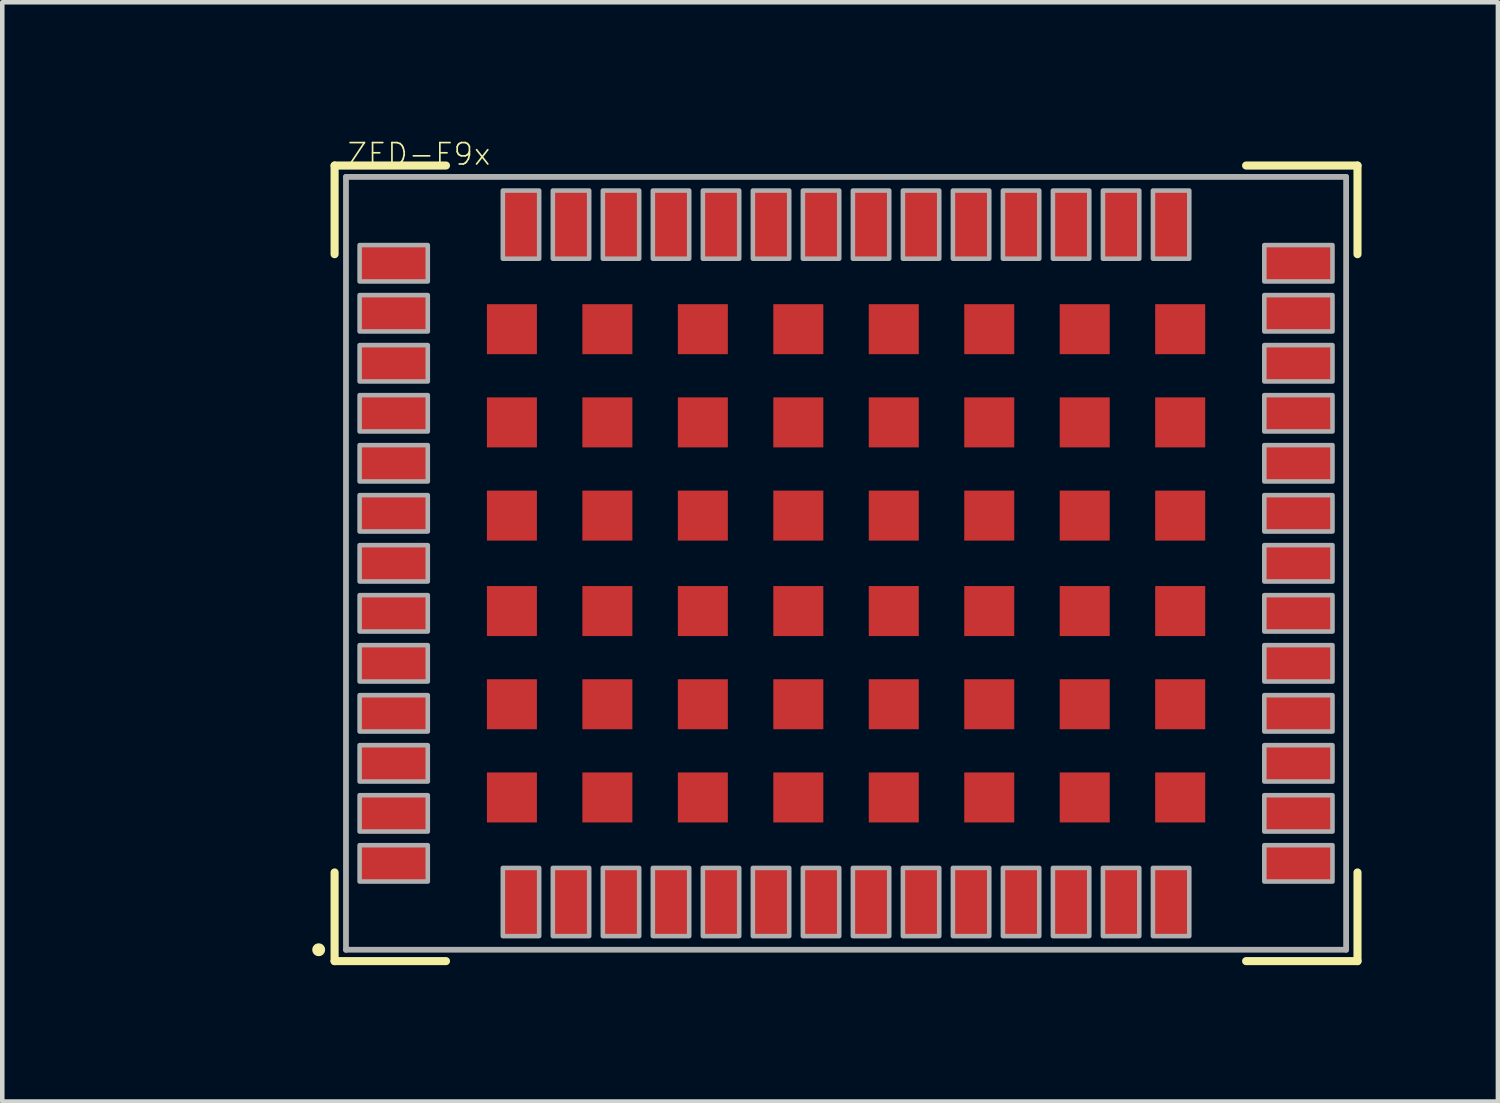
<source format=kicad_pcb>
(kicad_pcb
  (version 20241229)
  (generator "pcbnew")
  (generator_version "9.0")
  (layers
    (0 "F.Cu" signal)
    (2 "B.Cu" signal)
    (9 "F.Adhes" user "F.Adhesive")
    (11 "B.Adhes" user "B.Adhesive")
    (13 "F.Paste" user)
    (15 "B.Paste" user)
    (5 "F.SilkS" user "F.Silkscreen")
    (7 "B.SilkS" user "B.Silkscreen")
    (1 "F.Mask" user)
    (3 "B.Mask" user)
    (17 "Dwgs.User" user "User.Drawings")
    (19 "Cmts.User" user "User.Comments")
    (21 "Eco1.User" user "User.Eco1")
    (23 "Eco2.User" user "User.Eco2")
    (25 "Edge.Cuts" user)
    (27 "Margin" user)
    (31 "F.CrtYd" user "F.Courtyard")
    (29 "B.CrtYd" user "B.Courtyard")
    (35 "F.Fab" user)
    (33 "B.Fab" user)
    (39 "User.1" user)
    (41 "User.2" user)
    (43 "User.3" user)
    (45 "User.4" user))
  (footprint "ZED-F9x"
    (layer "F.Cu")
    (at 15.56 9.341)
    (property "Reference" "ZED-F9x" (at -11 -9 0) (layer "F.SilkS") (effects (font (size 0.471 0.471) (thickness 0.037)) (justify left)))
    (fp_line (start -11.25 -8.75) (end -8.8 -8.75) (stroke (width 0.178) (type solid)) (layer "F.SilkS"))
    (fp_line (start -11.25 -6.8) (end -11.25 -8.75) (stroke (width 0.178) (type solid)) (layer "F.SilkS"))
    (fp_line (start -11.25 8.75) (end -11.25 6.8) (stroke (width 0.178) (type solid)) (layer "F.SilkS"))
    (fp_line (start -8.8 8.75) (end -11.25 8.75) (stroke (width 0.178) (type solid)) (layer "F.SilkS"))
    (fp_line (start 8.8 -8.75) (end 11.25 -8.75) (stroke (width 0.178) (type solid)) (layer "F.SilkS"))
    (fp_line (start 11.25 -8.75) (end 11.25 -6.8) (stroke (width 0.178) (type solid)) (layer "F.SilkS"))
    (fp_line (start 11.25 6.8) (end 11.25 8.75) (stroke (width 0.178) (type solid)) (layer "F.SilkS"))
    (fp_line (start 11.25 8.75) (end 8.8 8.75) (stroke (width 0.178) (type solid)) (layer "F.SilkS"))
    (fp_circle (center -11.6 8.5) (end -11.529 8.5) (stroke (width 0.141) (type solid)) (fill yes) (layer "F.SilkS"))
    (fp_poly (pts (xy -7.8 -4.7) (xy -6.9 -4.7) (xy -6.9 -5.6) (xy -7.8 -5.6)) (stroke (width 0) (type solid)) (fill yes) (layer "F.Paste"))
    (fp_poly (pts (xy -7.8 -2.65) (xy -6.9 -2.65) (xy -6.9 -3.55) (xy -7.8 -3.55)) (stroke (width 0) (type solid)) (fill yes) (layer "F.Paste"))
    (fp_poly (pts (xy -7.8 -0.6) (xy -6.9 -0.6) (xy -6.9 -1.5) (xy -7.8 -1.5)) (stroke (width 0) (type solid)) (fill yes) (layer "F.Paste"))
    (fp_poly (pts (xy -7.8 1.5) (xy -6.9 1.5) (xy -6.9 0.6) (xy -7.8 0.6)) (stroke (width 0) (type solid)) (fill yes) (layer "F.Paste"))
    (fp_poly (pts (xy -7.8 3.55) (xy -6.9 3.55) (xy -6.9 2.65) (xy -7.8 2.65)) (stroke (width 0) (type solid)) (fill yes) (layer "F.Paste"))
    (fp_poly (pts (xy -7.8 5.6) (xy -6.9 5.6) (xy -6.9 4.7) (xy -7.8 4.7)) (stroke (width 0) (type solid)) (fill yes) (layer "F.Paste"))
    (fp_poly (pts (xy -5.7 -4.7) (xy -4.8 -4.7) (xy -4.8 -5.6) (xy -5.7 -5.6)) (stroke (width 0) (type solid)) (fill yes) (layer "F.Paste"))
    (fp_poly (pts (xy -5.7 -2.65) (xy -4.8 -2.65) (xy -4.8 -3.55) (xy -5.7 -3.55)) (stroke (width 0) (type solid)) (fill yes) (layer "F.Paste"))
    (fp_poly (pts (xy -5.7 -0.6) (xy -4.8 -0.6) (xy -4.8 -1.5) (xy -5.7 -1.5)) (stroke (width 0) (type solid)) (fill yes) (layer "F.Paste"))
    (fp_poly (pts (xy -5.7 1.5) (xy -4.8 1.5) (xy -4.8 0.6) (xy -5.7 0.6)) (stroke (width 0) (type solid)) (fill yes) (layer "F.Paste"))
    (fp_poly (pts (xy -5.7 3.55) (xy -4.8 3.55) (xy -4.8 2.65) (xy -5.7 2.65)) (stroke (width 0) (type solid)) (fill yes) (layer "F.Paste"))
    (fp_poly (pts (xy -5.7 5.6) (xy -4.8 5.6) (xy -4.8 4.7) (xy -5.7 4.7)) (stroke (width 0) (type solid)) (fill yes) (layer "F.Paste"))
    (fp_poly (pts (xy -3.6 -4.7) (xy -2.7 -4.7) (xy -2.7 -5.6) (xy -3.6 -5.6)) (stroke (width 0) (type solid)) (fill yes) (layer "F.Paste"))
    (fp_poly (pts (xy -3.6 -2.65) (xy -2.7 -2.65) (xy -2.7 -3.55) (xy -3.6 -3.55)) (stroke (width 0) (type solid)) (fill yes) (layer "F.Paste"))
    (fp_poly (pts (xy -3.6 -0.6) (xy -2.7 -0.6) (xy -2.7 -1.5) (xy -3.6 -1.5)) (stroke (width 0) (type solid)) (fill yes) (layer "F.Paste"))
    (fp_poly (pts (xy -3.6 1.5) (xy -2.7 1.5) (xy -2.7 0.6) (xy -3.6 0.6)) (stroke (width 0) (type solid)) (fill yes) (layer "F.Paste"))
    (fp_poly (pts (xy -3.6 3.55) (xy -2.7 3.55) (xy -2.7 2.65) (xy -3.6 2.65)) (stroke (width 0) (type solid)) (fill yes) (layer "F.Paste"))
    (fp_poly (pts (xy -3.6 5.6) (xy -2.7 5.6) (xy -2.7 4.7) (xy -3.6 4.7)) (stroke (width 0) (type solid)) (fill yes) (layer "F.Paste"))
    (fp_poly (pts (xy -1.5 -4.7) (xy -0.6 -4.7) (xy -0.6 -5.6) (xy -1.5 -5.6)) (stroke (width 0) (type solid)) (fill yes) (layer "F.Paste"))
    (fp_poly (pts (xy -1.5 -2.65) (xy -0.6 -2.65) (xy -0.6 -3.55) (xy -1.5 -3.55)) (stroke (width 0) (type solid)) (fill yes) (layer "F.Paste"))
    (fp_poly (pts (xy -1.5 -0.6) (xy -0.6 -0.6) (xy -0.6 -1.5) (xy -1.5 -1.5)) (stroke (width 0) (type solid)) (fill yes) (layer "F.Paste"))
    (fp_poly (pts (xy -1.5 1.5) (xy -0.6 1.5) (xy -0.6 0.6) (xy -1.5 0.6)) (stroke (width 0) (type solid)) (fill yes) (layer "F.Paste"))
    (fp_poly (pts (xy -1.5 3.55) (xy -0.6 3.55) (xy -0.6 2.65) (xy -1.5 2.65)) (stroke (width 0) (type solid)) (fill yes) (layer "F.Paste"))
    (fp_poly (pts (xy -1.5 5.6) (xy -0.6 5.6) (xy -0.6 4.7) (xy -1.5 4.7)) (stroke (width 0) (type solid)) (fill yes) (layer "F.Paste"))
    (fp_poly (pts (xy 0.6 -4.7) (xy 1.5 -4.7) (xy 1.5 -5.6) (xy 0.6 -5.6)) (stroke (width 0) (type solid)) (fill yes) (layer "F.Paste"))
    (fp_poly (pts (xy 0.6 -2.65) (xy 1.5 -2.65) (xy 1.5 -3.55) (xy 0.6 -3.55)) (stroke (width 0) (type solid)) (fill yes) (layer "F.Paste"))
    (fp_poly (pts (xy 0.6 -0.6) (xy 1.5 -0.6) (xy 1.5 -1.5) (xy 0.6 -1.5)) (stroke (width 0) (type solid)) (fill yes) (layer "F.Paste"))
    (fp_poly (pts (xy 0.6 1.5) (xy 1.5 1.5) (xy 1.5 0.6) (xy 0.6 0.6)) (stroke (width 0) (type solid)) (fill yes) (layer "F.Paste"))
    (fp_poly (pts (xy 0.6 3.55) (xy 1.5 3.55) (xy 1.5 2.65) (xy 0.6 2.65)) (stroke (width 0) (type solid)) (fill yes) (layer "F.Paste"))
    (fp_poly (pts (xy 0.6 5.6) (xy 1.5 5.6) (xy 1.5 4.7) (xy 0.6 4.7)) (stroke (width 0) (type solid)) (fill yes) (layer "F.Paste"))
    (fp_poly (pts (xy 2.7 -4.7) (xy 3.6 -4.7) (xy 3.6 -5.6) (xy 2.7 -5.6)) (stroke (width 0) (type solid)) (fill yes) (layer "F.Paste"))
    (fp_poly (pts (xy 2.7 -2.65) (xy 3.6 -2.65) (xy 3.6 -3.55) (xy 2.7 -3.55)) (stroke (width 0) (type solid)) (fill yes) (layer "F.Paste"))
    (fp_poly (pts (xy 2.7 -0.6) (xy 3.6 -0.6) (xy 3.6 -1.5) (xy 2.7 -1.5)) (stroke (width 0) (type solid)) (fill yes) (layer "F.Paste"))
    (fp_poly (pts (xy 2.7 1.5) (xy 3.6 1.5) (xy 3.6 0.6) (xy 2.7 0.6)) (stroke (width 0) (type solid)) (fill yes) (layer "F.Paste"))
    (fp_poly (pts (xy 2.7 3.55) (xy 3.6 3.55) (xy 3.6 2.65) (xy 2.7 2.65)) (stroke (width 0) (type solid)) (fill yes) (layer "F.Paste"))
    (fp_poly (pts (xy 2.7 5.6) (xy 3.6 5.6) (xy 3.6 4.7) (xy 2.7 4.7)) (stroke (width 0) (type solid)) (fill yes) (layer "F.Paste"))
    (fp_poly (pts (xy 4.8 -4.7) (xy 5.7 -4.7) (xy 5.7 -5.6) (xy 4.8 -5.6)) (stroke (width 0) (type solid)) (fill yes) (layer "F.Paste"))
    (fp_poly (pts (xy 4.8 -2.65) (xy 5.7 -2.65) (xy 5.7 -3.55) (xy 4.8 -3.55)) (stroke (width 0) (type solid)) (fill yes) (layer "F.Paste"))
    (fp_poly (pts (xy 4.8 -0.6) (xy 5.7 -0.6) (xy 5.7 -1.5) (xy 4.8 -1.5)) (stroke (width 0) (type solid)) (fill yes) (layer "F.Paste"))
    (fp_poly (pts (xy 4.8 1.5) (xy 5.7 1.5) (xy 5.7 0.6) (xy 4.8 0.6)) (stroke (width 0) (type solid)) (fill yes) (layer "F.Paste"))
    (fp_poly (pts (xy 4.8 3.55) (xy 5.7 3.55) (xy 5.7 2.65) (xy 4.8 2.65)) (stroke (width 0) (type solid)) (fill yes) (layer "F.Paste"))
    (fp_poly (pts (xy 4.8 5.6) (xy 5.7 5.6) (xy 5.7 4.7) (xy 4.8 4.7)) (stroke (width 0) (type solid)) (fill yes) (layer "F.Paste"))
    (fp_poly (pts (xy 6.9 -4.7) (xy 7.8 -4.7) (xy 7.8 -5.6) (xy 6.9 -5.6)) (stroke (width 0) (type solid)) (fill yes) (layer "F.Paste"))
    (fp_poly (pts (xy 6.9 -2.65) (xy 7.8 -2.65) (xy 7.8 -3.55) (xy 6.9 -3.55)) (stroke (width 0) (type solid)) (fill yes) (layer "F.Paste"))
    (fp_poly (pts (xy 6.9 -0.6) (xy 7.8 -0.6) (xy 7.8 -1.5) (xy 6.9 -1.5)) (stroke (width 0) (type solid)) (fill yes) (layer "F.Paste"))
    (fp_poly (pts (xy 6.9 1.5) (xy 7.8 1.5) (xy 7.8 0.6) (xy 6.9 0.6)) (stroke (width 0) (type solid)) (fill yes) (layer "F.Paste"))
    (fp_poly (pts (xy 6.9 3.55) (xy 7.8 3.55) (xy 7.8 2.65) (xy 6.9 2.65)) (stroke (width 0) (type solid)) (fill yes) (layer "F.Paste"))
    (fp_poly (pts (xy 6.9 5.6) (xy 7.8 5.6) (xy 7.8 4.7) (xy 6.9 4.7)) (stroke (width 0) (type solid)) (fill yes) (layer "F.Paste"))
    (fp_line (start -11 -8.5) (end 11 -8.5) (stroke (width 0.127) (type solid)) (layer "F.Fab"))
    (fp_line (start -11 8.5) (end -11 -8.5) (stroke (width 0.127) (type solid)) (layer "F.Fab"))
    (fp_line (start 11 -8.5) (end 11 8.5) (stroke (width 0.127) (type solid)) (layer "F.Fab"))
    (fp_line (start 11 8.5) (end -11 8.5) (stroke (width 0.127) (type solid)) (layer "F.Fab"))
    (fp_poly (pts (xy -10.7 -6.2) (xy -9.2 -6.2) (xy -9.2 -7) (xy -10.7 -7)) (stroke (width 0.1) (type solid)) (fill no) (layer "F.Fab"))
    (fp_poly (pts (xy -10.7 -5.1) (xy -9.2 -5.1) (xy -9.2 -5.9) (xy -10.7 -5.9)) (stroke (width 0.1) (type solid)) (fill no) (layer "F.Fab"))
    (fp_poly (pts (xy -10.7 -4) (xy -9.2 -4) (xy -9.2 -4.8) (xy -10.7 -4.8)) (stroke (width 0.1) (type solid)) (fill no) (layer "F.Fab"))
    (fp_poly (pts (xy -10.7 -2.9) (xy -9.2 -2.9) (xy -9.2 -3.7) (xy -10.7 -3.7)) (stroke (width 0.1) (type solid)) (fill no) (layer "F.Fab"))
    (fp_poly (pts (xy -10.7 -1.8) (xy -9.2 -1.8) (xy -9.2 -2.6) (xy -10.7 -2.6)) (stroke (width 0.1) (type solid)) (fill no) (layer "F.Fab"))
    (fp_poly (pts (xy -10.7 -0.7) (xy -9.2 -0.7) (xy -9.2 -1.5) (xy -10.7 -1.5)) (stroke (width 0.1) (type solid)) (fill no) (layer "F.Fab"))
    (fp_poly (pts (xy -10.7 0.4) (xy -9.2 0.4) (xy -9.2 -0.4) (xy -10.7 -0.4)) (stroke (width 0.1) (type solid)) (fill no) (layer "F.Fab"))
    (fp_poly (pts (xy -10.7 1.5) (xy -9.2 1.5) (xy -9.2 0.7) (xy -10.7 0.7)) (stroke (width 0.1) (type solid)) (fill no) (layer "F.Fab"))
    (fp_poly (pts (xy -10.7 2.6) (xy -9.2 2.6) (xy -9.2 1.8) (xy -10.7 1.8)) (stroke (width 0.1) (type solid)) (fill no) (layer "F.Fab"))
    (fp_poly (pts (xy -10.7 3.7) (xy -9.2 3.7) (xy -9.2 2.9) (xy -10.7 2.9)) (stroke (width 0.1) (type solid)) (fill no) (layer "F.Fab"))
    (fp_poly (pts (xy -10.7 4.8) (xy -9.2 4.8) (xy -9.2 4) (xy -10.7 4)) (stroke (width 0.1) (type solid)) (fill no) (layer "F.Fab"))
    (fp_poly (pts (xy -10.7 5.9) (xy -9.2 5.9) (xy -9.2 5.1) (xy -10.7 5.1)) (stroke (width 0.1) (type solid)) (fill no) (layer "F.Fab"))
    (fp_poly (pts (xy -10.7 7) (xy -9.2 7) (xy -9.2 6.2) (xy -10.7 6.2)) (stroke (width 0.1) (type solid)) (fill no) (layer "F.Fab"))
    (fp_poly (pts (xy -7.55 -6.7) (xy -6.75 -6.7) (xy -6.75 -8.2) (xy -7.55 -8.2)) (stroke (width 0.1) (type solid)) (fill no) (layer "F.Fab"))
    (fp_poly (pts (xy -7.55 8.2) (xy -6.75 8.2) (xy -6.75 6.7) (xy -7.55 6.7)) (stroke (width 0.1) (type solid)) (fill no) (layer "F.Fab"))
    (fp_poly (pts (xy -6.45 -6.7) (xy -5.65 -6.7) (xy -5.65 -8.2) (xy -6.45 -8.2)) (stroke (width 0.1) (type solid)) (fill no) (layer "F.Fab"))
    (fp_poly (pts (xy -6.45 8.2) (xy -5.65 8.2) (xy -5.65 6.7) (xy -6.45 6.7)) (stroke (width 0.1) (type solid)) (fill no) (layer "F.Fab"))
    (fp_poly (pts (xy -5.35 -6.7) (xy -4.55 -6.7) (xy -4.55 -8.2) (xy -5.35 -8.2)) (stroke (width 0.1) (type solid)) (fill no) (layer "F.Fab"))
    (fp_poly (pts (xy -5.35 8.2) (xy -4.55 8.2) (xy -4.55 6.7) (xy -5.35 6.7)) (stroke (width 0.1) (type solid)) (fill no) (layer "F.Fab"))
    (fp_poly (pts (xy -4.25 -6.7) (xy -3.45 -6.7) (xy -3.45 -8.2) (xy -4.25 -8.2)) (stroke (width 0.1) (type solid)) (fill no) (layer "F.Fab"))
    (fp_poly (pts (xy -4.25 8.2) (xy -3.45 8.2) (xy -3.45 6.7) (xy -4.25 6.7)) (stroke (width 0.1) (type solid)) (fill no) (layer "F.Fab"))
    (fp_poly (pts (xy -3.15 -6.7) (xy -2.35 -6.7) (xy -2.35 -8.2) (xy -3.15 -8.2)) (stroke (width 0.1) (type solid)) (fill no) (layer "F.Fab"))
    (fp_poly (pts (xy -3.15 8.2) (xy -2.35 8.2) (xy -2.35 6.7) (xy -3.15 6.7)) (stroke (width 0.1) (type solid)) (fill no) (layer "F.Fab"))
    (fp_poly (pts (xy -2.05 -6.7) (xy -1.25 -6.7) (xy -1.25 -8.2) (xy -2.05 -8.2)) (stroke (width 0.1) (type solid)) (fill no) (layer "F.Fab"))
    (fp_poly (pts (xy -2.05 8.2) (xy -1.25 8.2) (xy -1.25 6.7) (xy -2.05 6.7)) (stroke (width 0.1) (type solid)) (fill no) (layer "F.Fab"))
    (fp_poly (pts (xy -0.95 -6.7) (xy -0.15 -6.7) (xy -0.15 -8.2) (xy -0.95 -8.2)) (stroke (width 0.1) (type solid)) (fill no) (layer "F.Fab"))
    (fp_poly (pts (xy -0.95 8.2) (xy -0.15 8.2) (xy -0.15 6.7) (xy -0.95 6.7)) (stroke (width 0.1) (type solid)) (fill no) (layer "F.Fab"))
    (fp_poly (pts (xy 0.15 -6.7) (xy 0.95 -6.7) (xy 0.95 -8.2) (xy 0.15 -8.2)) (stroke (width 0.1) (type solid)) (fill no) (layer "F.Fab"))
    (fp_poly (pts (xy 0.15 8.2) (xy 0.95 8.2) (xy 0.95 6.7) (xy 0.15 6.7)) (stroke (width 0.1) (type solid)) (fill no) (layer "F.Fab"))
    (fp_poly (pts (xy 1.25 -6.7) (xy 2.05 -6.7) (xy 2.05 -8.2) (xy 1.25 -8.2)) (stroke (width 0.1) (type solid)) (fill no) (layer "F.Fab"))
    (fp_poly (pts (xy 1.25 8.2) (xy 2.05 8.2) (xy 2.05 6.7) (xy 1.25 6.7)) (stroke (width 0.1) (type solid)) (fill no) (layer "F.Fab"))
    (fp_poly (pts (xy 2.35 -6.7) (xy 3.15 -6.7) (xy 3.15 -8.2) (xy 2.35 -8.2)) (stroke (width 0.1) (type solid)) (fill no) (layer "F.Fab"))
    (fp_poly (pts (xy 2.35 8.2) (xy 3.15 8.2) (xy 3.15 6.7) (xy 2.35 6.7)) (stroke (width 0.1) (type solid)) (fill no) (layer "F.Fab"))
    (fp_poly (pts (xy 3.45 -6.7) (xy 4.25 -6.7) (xy 4.25 -8.2) (xy 3.45 -8.2)) (stroke (width 0.1) (type solid)) (fill no) (layer "F.Fab"))
    (fp_poly (pts (xy 3.45 8.2) (xy 4.25 8.2) (xy 4.25 6.7) (xy 3.45 6.7)) (stroke (width 0.1) (type solid)) (fill no) (layer "F.Fab"))
    (fp_poly (pts (xy 4.55 -6.7) (xy 5.35 -6.7) (xy 5.35 -8.2) (xy 4.55 -8.2)) (stroke (width 0.1) (type solid)) (fill no) (layer "F.Fab"))
    (fp_poly (pts (xy 4.55 8.2) (xy 5.35 8.2) (xy 5.35 6.7) (xy 4.55 6.7)) (stroke (width 0.1) (type solid)) (fill no) (layer "F.Fab"))
    (fp_poly (pts (xy 5.65 -6.7) (xy 6.45 -6.7) (xy 6.45 -8.2) (xy 5.65 -8.2)) (stroke (width 0.1) (type solid)) (fill no) (layer "F.Fab"))
    (fp_poly (pts (xy 5.65 8.2) (xy 6.45 8.2) (xy 6.45 6.7) (xy 5.65 6.7)) (stroke (width 0.1) (type solid)) (fill no) (layer "F.Fab"))
    (fp_poly (pts (xy 6.75 -6.7) (xy 7.55 -6.7) (xy 7.55 -8.2) (xy 6.75 -8.2)) (stroke (width 0.1) (type solid)) (fill no) (layer "F.Fab"))
    (fp_poly (pts (xy 6.75 8.2) (xy 7.55 8.2) (xy 7.55 6.7) (xy 6.75 6.7)) (stroke (width 0.1) (type solid)) (fill no) (layer "F.Fab"))
    (fp_poly (pts (xy 9.2 -6.2) (xy 10.7 -6.2) (xy 10.7 -7) (xy 9.2 -7)) (stroke (width 0.1) (type solid)) (fill no) (layer "F.Fab"))
    (fp_poly (pts (xy 9.2 -5.1) (xy 10.7 -5.1) (xy 10.7 -5.9) (xy 9.2 -5.9)) (stroke (width 0.1) (type solid)) (fill no) (layer "F.Fab"))
    (fp_poly (pts (xy 9.2 -4) (xy 10.7 -4) (xy 10.7 -4.8) (xy 9.2 -4.8)) (stroke (width 0.1) (type solid)) (fill no) (layer "F.Fab"))
    (fp_poly (pts (xy 9.2 -2.9) (xy 10.7 -2.9) (xy 10.7 -3.7) (xy 9.2 -3.7)) (stroke (width 0.1) (type solid)) (fill no) (layer "F.Fab"))
    (fp_poly (pts (xy 9.2 -1.8) (xy 10.7 -1.8) (xy 10.7 -2.6) (xy 9.2 -2.6)) (stroke (width 0.1) (type solid)) (fill no) (layer "F.Fab"))
    (fp_poly (pts (xy 9.2 -0.7) (xy 10.7 -0.7) (xy 10.7 -1.5) (xy 9.2 -1.5)) (stroke (width 0.1) (type solid)) (fill no) (layer "F.Fab"))
    (fp_poly (pts (xy 9.2 0.4) (xy 10.7 0.4) (xy 10.7 -0.4) (xy 9.2 -0.4)) (stroke (width 0.1) (type solid)) (fill no) (layer "F.Fab"))
    (fp_poly (pts (xy 9.2 1.5) (xy 10.7 1.5) (xy 10.7 0.7) (xy 9.2 0.7)) (stroke (width 0.1) (type solid)) (fill no) (layer "F.Fab"))
    (fp_poly (pts (xy 9.2 2.6) (xy 10.7 2.6) (xy 10.7 1.8) (xy 9.2 1.8)) (stroke (width 0.1) (type solid)) (fill no) (layer "F.Fab"))
    (fp_poly (pts (xy 9.2 3.7) (xy 10.7 3.7) (xy 10.7 2.9) (xy 9.2 2.9)) (stroke (width 0.1) (type solid)) (fill no) (layer "F.Fab"))
    (fp_poly (pts (xy 9.2 4.8) (xy 10.7 4.8) (xy 10.7 4) (xy 9.2 4)) (stroke (width 0.1) (type solid)) (fill no) (layer "F.Fab"))
    (fp_poly (pts (xy 9.2 5.9) (xy 10.7 5.9) (xy 10.7 5.1) (xy 9.2 5.1)) (stroke (width 0.1) (type solid)) (fill no) (layer "F.Fab"))
    (fp_poly (pts (xy 9.2 7) (xy 10.7 7) (xy 10.7 6.2) (xy 9.2 6.2)) (stroke (width 0.1) (type solid)) (fill no) (layer "F.Fab"))
    (fp_line (start -15 5.5) (end -15 8) (stroke (width 0.12) (type solid)) (layer "User.1"))
    (fp_line (start -15 8) (end -15.3 7.5) (stroke (width 0.12) (type solid)) (layer "User.1"))
    (fp_line (start -15 8) (end -14.7 7.5) (stroke (width 0.12) (type solid)) (layer "User.1"))
    (fp_line (start -14.5 5) (end -12 5) (stroke (width 0.12) (type solid)) (layer "User.1"))
    (fp_line (start -12 5) (end -12.5 4.7) (stroke (width 0.12) (type solid)) (layer "User.1"))
    (fp_line (start -12 5) (end -12.5 5.3) (stroke (width 0.12) (type solid)) (layer "User.1"))
    (fp_circle (center -15 5) (end -15 5.1) (stroke (width 0.12) (type solid)) (fill no) (layer "User.1"))
    (fp_circle (center -15 5) (end -15 5.5) (stroke (width 0.12) (type solid)) (fill no) (layer "User.1"))
    (fp_text user "Z" (at -14.3 5.6 0) (unlocked yes) (layer "User.1") (effects (font (size 0.5 0.5) (thickness 0.015))))
    (fp_text user "Y" (at -12.9 5.4 0) (unlocked yes) (layer "User.1") (effects (font (size 0.5 0.5) (thickness 0.015))))
    (fp_text user "X" (at -14.5 7.5 0) (unlocked yes) (layer "User.1") (effects (font (size 0.5 0.5) (thickness 0.015))))
    (pad "1" smd rect (at -7.15 7.45 90) (size 1.52 0.85) (layers "F.Cu" "F.Mask" "F.Paste"))
    (pad "2" smd rect (at -6.05 7.45 90) (size 1.52 0.85) (layers "F.Cu" "F.Mask" "F.Paste"))
    (pad "3" smd rect (at -4.95 7.45 90) (size 1.52 0.85) (layers "F.Cu" "F.Mask" "F.Paste"))
    (pad "4" smd rect (at -3.85 7.45 90) (size 1.52 0.85) (layers "F.Cu" "F.Mask" "F.Paste"))
    (pad "5" smd rect (at -2.75 7.45 90) (size 1.52 0.85) (layers "F.Cu" "F.Mask" "F.Paste"))
    (pad "6" smd rect (at -1.65 7.45 90) (size 1.52 0.85) (layers "F.Cu" "F.Mask" "F.Paste"))
    (pad "7" smd rect (at -0.55 7.45 90) (size 1.52 0.85) (layers "F.Cu" "F.Mask" "F.Paste"))
    (pad "8" smd rect (at 0.55 7.45 90) (size 1.52 0.85) (layers "F.Cu" "F.Mask" "F.Paste"))
    (pad "9" smd rect (at 1.65 7.45 90) (size 1.52 0.85) (layers "F.Cu" "F.Mask" "F.Paste"))
    (pad "10" smd rect (at 2.75 7.45 90) (size 1.52 0.85) (layers "F.Cu" "F.Mask" "F.Paste"))
    (pad "11" smd rect (at 3.85 7.45 90) (size 1.52 0.85) (layers "F.Cu" "F.Mask" "F.Paste"))
    (pad "12" smd rect (at 4.95 7.45 90) (size 1.52 0.85) (layers "F.Cu" "F.Mask" "F.Paste"))
    (pad "13" smd rect (at 6.05 7.45 90) (size 1.52 0.85) (layers "F.Cu" "F.Mask" "F.Paste"))
    (pad "14" smd rect (at 7.15 7.45 90) (size 1.52 0.85) (layers "F.Cu" "F.Mask" "F.Paste"))
    (pad "15" smd rect (at 9.95 6.6) (size 1.52 0.85) (layers "F.Cu" "F.Mask" "F.Paste"))
    (pad "16" smd rect (at 9.95 5.5) (size 1.52 0.85) (layers "F.Cu" "F.Mask" "F.Paste"))
    (pad "17" smd rect (at 9.95 4.4) (size 1.52 0.85) (layers "F.Cu" "F.Mask" "F.Paste"))
    (pad "18" smd rect (at 9.95 3.3) (size 1.52 0.85) (layers "F.Cu" "F.Mask" "F.Paste"))
    (pad "19" smd rect (at 9.95 2.2) (size 1.52 0.85) (layers "F.Cu" "F.Mask" "F.Paste"))
    (pad "20" smd rect (at 9.95 1.1) (size 1.52 0.85) (layers "F.Cu" "F.Mask" "F.Paste"))
    (pad "21" smd rect (at 9.95 0) (size 1.52 0.85) (layers "F.Cu" "F.Mask" "F.Paste"))
    (pad "22" smd rect (at 9.95 -1.1) (size 1.52 0.85) (layers "F.Cu" "F.Mask" "F.Paste"))
    (pad "23" smd rect (at 9.95 -2.2) (size 1.52 0.85) (layers "F.Cu" "F.Mask" "F.Paste"))
    (pad "24" smd rect (at 9.95 -3.3) (size 1.52 0.85) (layers "F.Cu" "F.Mask" "F.Paste"))
    (pad "25" smd rect (at 9.95 -4.4) (size 1.52 0.85) (layers "F.Cu" "F.Mask" "F.Paste"))
    (pad "26" smd rect (at 9.95 -5.5) (size 1.52 0.85) (layers "F.Cu" "F.Mask" "F.Paste"))
    (pad "27" smd rect (at 9.95 -6.6) (size 1.52 0.85) (layers "F.Cu" "F.Mask" "F.Paste"))
    (pad "28" smd rect (at 7.15 -7.45 270) (size 1.52 0.85) (layers "F.Cu" "F.Mask" "F.Paste"))
    (pad "29" smd rect (at 6.05 -7.45 270) (size 1.52 0.85) (layers "F.Cu" "F.Mask" "F.Paste"))
    (pad "30" smd rect (at 4.95 -7.45 270) (size 1.52 0.85) (layers "F.Cu" "F.Mask" "F.Paste"))
    (pad "31" smd rect (at 3.85 -7.45 270) (size 1.52 0.85) (layers "F.Cu" "F.Mask" "F.Paste"))
    (pad "32" smd rect (at 2.75 -7.45 270) (size 1.52 0.85) (layers "F.Cu" "F.Mask" "F.Paste"))
    (pad "33" smd rect (at 1.65 -7.45 270) (size 1.52 0.85) (layers "F.Cu" "F.Mask" "F.Paste"))
    (pad "34" smd rect (at 0.55 -7.45 270) (size 1.52 0.85) (layers "F.Cu" "F.Mask" "F.Paste"))
    (pad "35" smd rect (at -0.55 -7.45 270) (size 1.52 0.85) (layers "F.Cu" "F.Mask" "F.Paste"))
    (pad "36" smd rect (at -1.65 -7.45 270) (size 1.52 0.85) (layers "F.Cu" "F.Mask" "F.Paste"))
    (pad "37" smd rect (at -2.75 -7.45 270) (size 1.52 0.85) (layers "F.Cu" "F.Mask" "F.Paste"))
    (pad "38" smd rect (at -3.85 -7.45 270) (size 1.52 0.85) (layers "F.Cu" "F.Mask" "F.Paste"))
    (pad "39" smd rect (at -4.95 -7.45 270) (size 1.52 0.85) (layers "F.Cu" "F.Mask" "F.Paste"))
    (pad "40" smd rect (at -6.05 -7.45 270) (size 1.52 0.85) (layers "F.Cu" "F.Mask" "F.Paste"))
    (pad "41" smd rect (at -7.15 -7.45 270) (size 1.52 0.85) (layers "F.Cu" "F.Mask" "F.Paste"))
    (pad "42" smd rect (at -9.95 -6.6 180) (size 1.52 0.85) (layers "F.Cu" "F.Mask" "F.Paste"))
    (pad "43" smd rect (at -9.95 -5.5 180) (size 1.52 0.85) (layers "F.Cu" "F.Mask" "F.Paste"))
    (pad "44" smd rect (at -9.95 -4.4 180) (size 1.52 0.85) (layers "F.Cu" "F.Mask" "F.Paste"))
    (pad "45" smd rect (at -9.95 -3.3 180) (size 1.52 0.85) (layers "F.Cu" "F.Mask" "F.Paste"))
    (pad "46" smd rect (at -9.95 -2.2 180) (size 1.52 0.85) (layers "F.Cu" "F.Mask" "F.Paste"))
    (pad "47" smd rect (at -9.95 -1.1 180) (size 1.52 0.85) (layers "F.Cu" "F.Mask" "F.Paste"))
    (pad "48" smd rect (at -9.95 0 180) (size 1.52 0.85) (layers "F.Cu" "F.Mask" "F.Paste"))
    (pad "49" smd rect (at -9.95 1.1 180) (size 1.52 0.85) (layers "F.Cu" "F.Mask" "F.Paste"))
    (pad "50" smd rect (at -9.95 2.2 180) (size 1.52 0.85) (layers "F.Cu" "F.Mask" "F.Paste"))
    (pad "51" smd rect (at -9.95 3.3 180) (size 1.52 0.85) (layers "F.Cu" "F.Mask" "F.Paste"))
    (pad "52" smd rect (at -9.95 4.4 180) (size 1.52 0.85) (layers "F.Cu" "F.Mask" "F.Paste"))
    (pad "53" smd rect (at -9.95 5.5 180) (size 1.52 0.85) (layers "F.Cu" "F.Mask" "F.Paste"))
    (pad "54" smd rect (at -9.95 6.6 180) (size 1.52 0.85) (layers "F.Cu" "F.Mask" "F.Paste"))
    (pad "PAD" smd rect (at -7.35 -5.15) (size 1.1 1.1) (layers "F.Cu" "F.Mask"))
    (pad "PAD" smd rect (at -7.35 -3.1) (size 1.1 1.1) (layers "F.Cu" "F.Mask"))
    (pad "PAD" smd rect (at -7.35 -1.05) (size 1.1 1.1) (layers "F.Cu" "F.Mask"))
    (pad "PAD" smd rect (at -7.35 1.05) (size 1.1 1.1) (layers "F.Cu" "F.Mask"))
    (pad "PAD" smd rect (at -7.35 3.1) (size 1.1 1.1) (layers "F.Cu" "F.Mask"))
    (pad "PAD" smd rect (at -7.35 5.15) (size 1.1 1.1) (layers "F.Cu" "F.Mask"))
    (pad "PAD" smd rect (at -5.25 -5.15) (size 1.1 1.1) (layers "F.Cu" "F.Mask"))
    (pad "PAD" smd rect (at -5.25 -3.1) (size 1.1 1.1) (layers "F.Cu" "F.Mask"))
    (pad "PAD" smd rect (at -5.25 -1.05) (size 1.1 1.1) (layers "F.Cu" "F.Mask"))
    (pad "PAD" smd rect (at -5.25 1.05) (size 1.1 1.1) (layers "F.Cu" "F.Mask"))
    (pad "PAD" smd rect (at -5.25 3.1) (size 1.1 1.1) (layers "F.Cu" "F.Mask"))
    (pad "PAD" smd rect (at -5.25 5.15) (size 1.1 1.1) (layers "F.Cu" "F.Mask"))
    (pad "PAD" smd rect (at -3.15 -5.15) (size 1.1 1.1) (layers "F.Cu" "F.Mask"))
    (pad "PAD" smd rect (at -3.15 -3.1) (size 1.1 1.1) (layers "F.Cu" "F.Mask"))
    (pad "PAD" smd rect (at -3.15 -1.05) (size 1.1 1.1) (layers "F.Cu" "F.Mask"))
    (pad "PAD" smd rect (at -3.15 1.05) (size 1.1 1.1) (layers "F.Cu" "F.Mask"))
    (pad "PAD" smd rect (at -3.15 3.1) (size 1.1 1.1) (layers "F.Cu" "F.Mask"))
    (pad "PAD" smd rect (at -3.15 5.15) (size 1.1 1.1) (layers "F.Cu" "F.Mask"))
    (pad "PAD" smd rect (at -1.05 -5.15) (size 1.1 1.1) (layers "F.Cu" "F.Mask"))
    (pad "PAD" smd rect (at -1.05 -3.1) (size 1.1 1.1) (layers "F.Cu" "F.Mask"))
    (pad "PAD" smd rect (at -1.05 -1.05) (size 1.1 1.1) (layers "F.Cu" "F.Mask"))
    (pad "PAD" smd rect (at -1.05 1.05) (size 1.1 1.1) (layers "F.Cu" "F.Mask"))
    (pad "PAD" smd rect (at -1.05 3.1) (size 1.1 1.1) (layers "F.Cu" "F.Mask"))
    (pad "PAD" smd rect (at -1.05 5.15) (size 1.1 1.1) (layers "F.Cu" "F.Mask"))
    (pad "PAD" smd rect (at 1.05 -5.15 180) (size 1.1 1.1) (layers "F.Cu" "F.Mask"))
    (pad "PAD" smd rect (at 1.05 -3.1 180) (size 1.1 1.1) (layers "F.Cu" "F.Mask"))
    (pad "PAD" smd rect (at 1.05 -1.05 180) (size 1.1 1.1) (layers "F.Cu" "F.Mask"))
    (pad "PAD" smd rect (at 1.05 1.05 180) (size 1.1 1.1) (layers "F.Cu" "F.Mask"))
    (pad "PAD" smd rect (at 1.05 3.1 180) (size 1.1 1.1) (layers "F.Cu" "F.Mask"))
    (pad "PAD" smd rect (at 1.05 5.15 180) (size 1.1 1.1) (layers "F.Cu" "F.Mask"))
    (pad "PAD" smd rect (at 3.15 -5.15 180) (size 1.1 1.1) (layers "F.Cu" "F.Mask"))
    (pad "PAD" smd rect (at 3.15 -3.1 180) (size 1.1 1.1) (layers "F.Cu" "F.Mask"))
    (pad "PAD" smd rect (at 3.15 -1.05 180) (size 1.1 1.1) (layers "F.Cu" "F.Mask"))
    (pad "PAD" smd rect (at 3.15 1.05 180) (size 1.1 1.1) (layers "F.Cu" "F.Mask"))
    (pad "PAD" smd rect (at 3.15 3.1 180) (size 1.1 1.1) (layers "F.Cu" "F.Mask"))
    (pad "PAD" smd rect (at 3.15 5.15 180) (size 1.1 1.1) (layers "F.Cu" "F.Mask"))
    (pad "PAD" smd rect (at 5.25 -5.15 180) (size 1.1 1.1) (layers "F.Cu" "F.Mask"))
    (pad "PAD" smd rect (at 5.25 -3.1 180) (size 1.1 1.1) (layers "F.Cu" "F.Mask"))
    (pad "PAD" smd rect (at 5.25 -1.05 180) (size 1.1 1.1) (layers "F.Cu" "F.Mask"))
    (pad "PAD" smd rect (at 5.25 1.05 180) (size 1.1 1.1) (layers "F.Cu" "F.Mask"))
    (pad "PAD" smd rect (at 5.25 3.1 180) (size 1.1 1.1) (layers "F.Cu" "F.Mask"))
    (pad "PAD" smd rect (at 5.25 5.15 180) (size 1.1 1.1) (layers "F.Cu" "F.Mask"))
    (pad "PAD" smd rect (at 7.35 -5.15 180) (size 1.1 1.1) (layers "F.Cu" "F.Mask"))
    (pad "PAD" smd rect (at 7.35 -3.1 180) (size 1.1 1.1) (layers "F.Cu" "F.Mask"))
    (pad "PAD" smd rect (at 7.35 -1.05 180) (size 1.1 1.1) (layers "F.Cu" "F.Mask"))
    (pad "PAD" smd rect (at 7.35 1.05 180) (size 1.1 1.1) (layers "F.Cu" "F.Mask"))
    (pad "PAD" smd rect (at 7.35 3.1 180) (size 1.1 1.1) (layers "F.Cu" "F.Mask"))
    (pad "PAD" smd rect (at 7.35 5.15 180) (size 1.1 1.1) (layers "F.Cu" "F.Mask")))
  (gr_rect
    (start -3 -3)
    (end 29.899 21.18)
    (stroke (width 0.1) (type default))
    (fill no)
    (layer "Edge.Cuts")))
</source>
